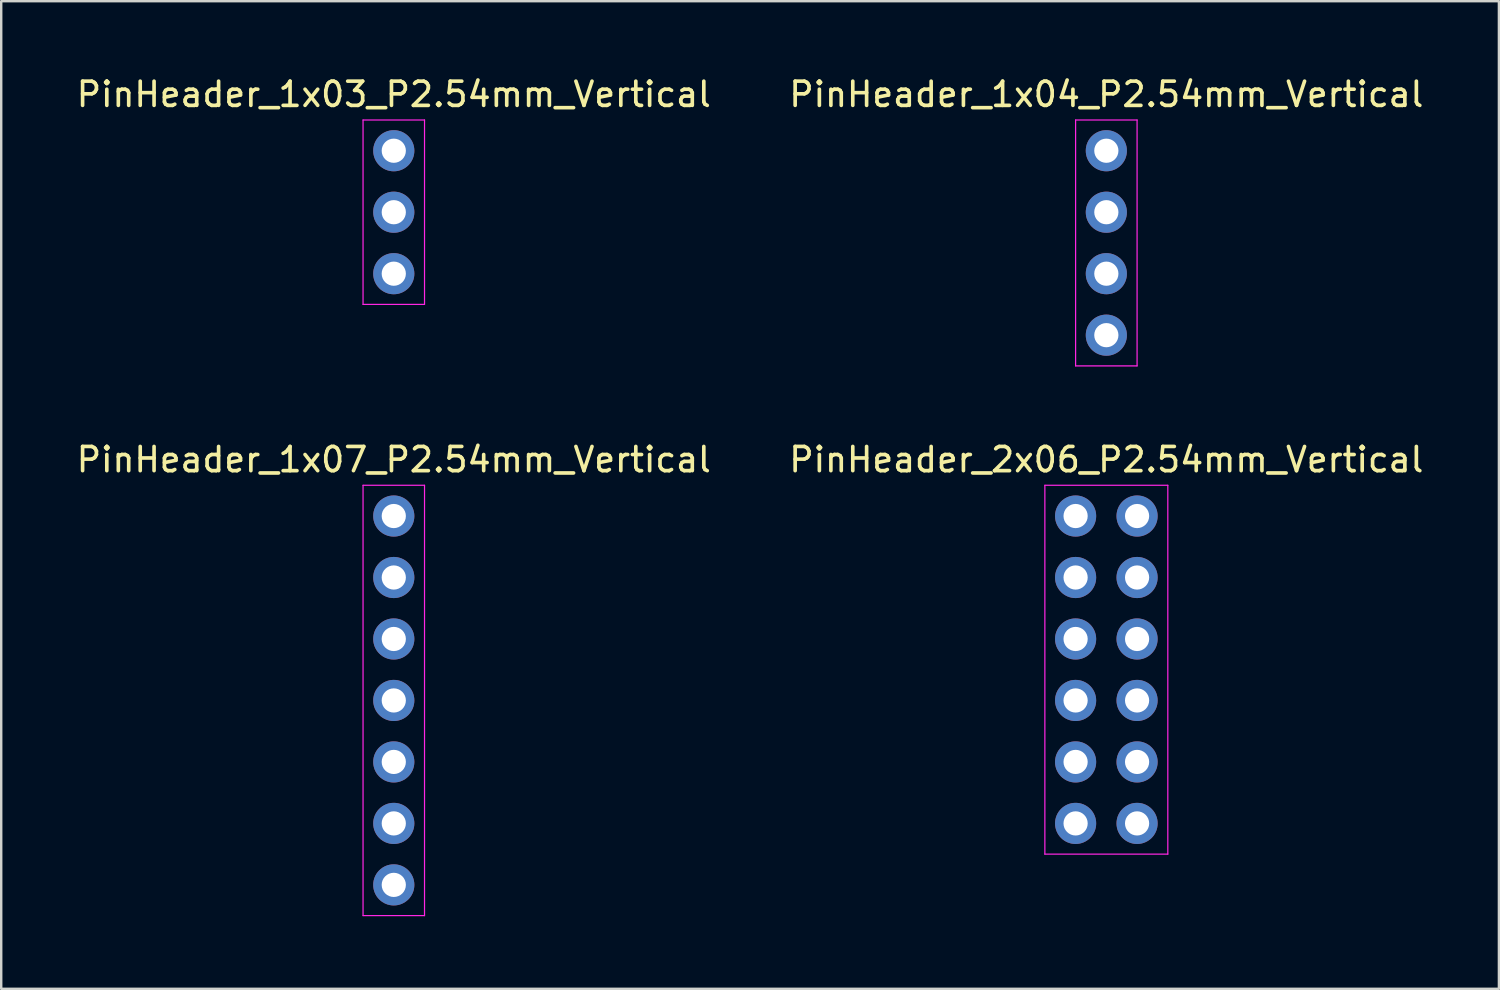
<source format=kicad_pcb>
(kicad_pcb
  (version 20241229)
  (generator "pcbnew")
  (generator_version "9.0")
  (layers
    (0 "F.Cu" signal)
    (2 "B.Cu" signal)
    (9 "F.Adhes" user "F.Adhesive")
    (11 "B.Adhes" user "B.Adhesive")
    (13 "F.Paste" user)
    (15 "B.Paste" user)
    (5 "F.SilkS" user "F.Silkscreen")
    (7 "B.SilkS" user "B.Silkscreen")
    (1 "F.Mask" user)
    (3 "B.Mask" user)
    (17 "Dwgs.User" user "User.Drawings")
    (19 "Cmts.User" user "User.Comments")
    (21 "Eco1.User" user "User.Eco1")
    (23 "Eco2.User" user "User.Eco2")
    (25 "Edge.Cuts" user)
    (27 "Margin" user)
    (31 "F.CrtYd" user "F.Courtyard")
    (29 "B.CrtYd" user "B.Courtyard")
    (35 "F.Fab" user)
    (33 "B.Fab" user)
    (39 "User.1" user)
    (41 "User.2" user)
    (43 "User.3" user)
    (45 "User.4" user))
  (footprint "PinHeader_2x06_P2.54mm_Vertical"
    (layer "F.Cu")
    (at 41.391 18.271)
    (property "Reference" "PinHeader_2x06_P2.54mm_Vertical" (at 1.27 -2.33 0) (layer "F.SilkS") (effects (font (size 1 1) (thickness 0.15))))
    (attr through_hole)
    (fp_line (start -1.27 -1.27) (end -1.27 13.97) (stroke (width 0.05) (type solid)) (layer "F.CrtYd"))
    (fp_line (start -1.27 13.97) (end 3.81 13.97) (stroke (width 0.05) (type solid)) (layer "F.CrtYd"))
    (fp_line (start 3.81 -1.27) (end -1.27 -1.27) (stroke (width 0.05) (type solid)) (layer "F.CrtYd"))
    (fp_line (start 3.81 13.97) (end 3.81 -1.27) (stroke (width 0.05) (type solid)) (layer "F.CrtYd"))
    (pad "1" thru_hole circle (at 0 0) (size 1.7 1.7) (drill 1) (layers "*.Cu" "*.Mask"))
    (pad "2" thru_hole oval (at 2.54 0) (size 1.7 1.7) (drill 1) (layers "*.Cu" "*.Mask"))
    (pad "3" thru_hole oval (at 0 2.54) (size 1.7 1.7) (drill 1) (layers "*.Cu" "*.Mask"))
    (pad "4" thru_hole oval (at 2.54 2.54) (size 1.7 1.7) (drill 1) (layers "*.Cu" "*.Mask"))
    (pad "5" thru_hole oval (at 0 5.08) (size 1.7 1.7) (drill 1) (layers "*.Cu" "*.Mask"))
    (pad "6" thru_hole oval (at 2.54 5.08) (size 1.7 1.7) (drill 1) (layers "*.Cu" "*.Mask"))
    (pad "7" thru_hole oval (at 0 7.62) (size 1.7 1.7) (drill 1) (layers "*.Cu" "*.Mask"))
    (pad "8" thru_hole oval (at 2.54 7.62) (size 1.7 1.7) (drill 1) (layers "*.Cu" "*.Mask"))
    (pad "9" thru_hole oval (at 0 10.16) (size 1.7 1.7) (drill 1) (layers "*.Cu" "*.Mask"))
    (pad "10" thru_hole oval (at 2.54 10.16) (size 1.7 1.7) (drill 1) (layers "*.Cu" "*.Mask"))
    (pad "11" thru_hole oval (at 0 12.7) (size 1.7 1.7) (drill 1) (layers "*.Cu" "*.Mask"))
    (pad "12" thru_hole oval (at 2.54 12.7) (size 1.7 1.7) (drill 1) (layers "*.Cu" "*.Mask")))
  (footprint "PinHeader_1x03_P2.54mm_Vertical"
    (layer "F.Cu")
    (at 13.22 3.178)
    (property "Reference" "PinHeader_1x03_P2.54mm_Vertical" (at 0 -2.33 0) (layer "F.SilkS") (effects (font (size 1 1) (thickness 0.15))))
    (attr through_hole)
    (fp_line (start -1.27 -1.27) (end -1.27 6.35) (stroke (width 0.05) (type solid)) (layer "F.CrtYd"))
    (fp_line (start -1.27 6.35) (end 1.27 6.35) (stroke (width 0.05) (type solid)) (layer "F.CrtYd"))
    (fp_line (start 1.27 -1.27) (end -1.27 -1.27) (stroke (width 0.05) (type solid)) (layer "F.CrtYd"))
    (fp_line (start 1.27 6.35) (end 1.27 -1.27) (stroke (width 0.05) (type solid)) (layer "F.CrtYd"))
    (pad "1" thru_hole circle (at 0 0) (size 1.7 1.7) (drill 1) (layers "*.Cu" "*.Mask"))
    (pad "2" thru_hole oval (at 0 2.54) (size 1.7 1.7) (drill 1) (layers "*.Cu" "*.Mask"))
    (pad "3" thru_hole oval (at 0 5.08) (size 1.7 1.7) (drill 1) (layers "*.Cu" "*.Mask")))
  (footprint "PinHeader_1x04_P2.54mm_Vertical"
    (layer "F.Cu")
    (at 42.661 3.178)
    (property "Reference" "PinHeader_1x04_P2.54mm_Vertical" (at 0 -2.33 0) (layer "F.SilkS") (effects (font (size 1 1) (thickness 0.15))))
    (attr through_hole)
    (fp_line (start -1.27 -1.27) (end -1.27 8.89) (stroke (width 0.05) (type solid)) (layer "F.CrtYd"))
    (fp_line (start -1.27 8.89) (end 1.27 8.89) (stroke (width 0.05) (type solid)) (layer "F.CrtYd"))
    (fp_line (start 1.27 -1.27) (end -1.27 -1.27) (stroke (width 0.05) (type solid)) (layer "F.CrtYd"))
    (fp_line (start 1.27 8.89) (end 1.27 -1.27) (stroke (width 0.05) (type solid)) (layer "F.CrtYd"))
    (pad "1" thru_hole circle (at 0 0) (size 1.7 1.7) (drill 1) (layers "*.Cu" "*.Mask"))
    (pad "2" thru_hole oval (at 0 2.54) (size 1.7 1.7) (drill 1) (layers "*.Cu" "*.Mask"))
    (pad "3" thru_hole oval (at 0 5.08) (size 1.7 1.7) (drill 1) (layers "*.Cu" "*.Mask"))
    (pad "4" thru_hole oval (at 0 7.62) (size 1.7 1.7) (drill 1) (layers "*.Cu" "*.Mask")))
  (footprint "PinHeader_1x07_P2.54mm_Vertical"
    (layer "F.Cu")
    (at 13.22 18.271)
    (property "Reference" "PinHeader_1x07_P2.54mm_Vertical" (at 0 -2.33 0) (layer "F.SilkS") (effects (font (size 1 1) (thickness 0.15))))
    (attr through_hole)
    (fp_line (start -1.27 -1.27) (end -1.27 16.51) (stroke (width 0.05) (type solid)) (layer "F.CrtYd"))
    (fp_line (start -1.27 16.51) (end 1.27 16.51) (stroke (width 0.05) (type solid)) (layer "F.CrtYd"))
    (fp_line (start 1.27 -1.27) (end -1.27 -1.27) (stroke (width 0.05) (type solid)) (layer "F.CrtYd"))
    (fp_line (start 1.27 16.51) (end 1.27 -1.27) (stroke (width 0.05) (type solid)) (layer "F.CrtYd"))
    (pad "1" thru_hole circle (at 0 0) (size 1.7 1.7) (drill 1) (layers "*.Cu" "*.Mask"))
    (pad "2" thru_hole oval (at 0 2.54) (size 1.7 1.7) (drill 1) (layers "*.Cu" "*.Mask"))
    (pad "3" thru_hole oval (at 0 5.08) (size 1.7 1.7) (drill 1) (layers "*.Cu" "*.Mask"))
    (pad "4" thru_hole oval (at 0 7.62) (size 1.7 1.7) (drill 1) (layers "*.Cu" "*.Mask"))
    (pad "5" thru_hole oval (at 0 10.16) (size 1.7 1.7) (drill 1) (layers "*.Cu" "*.Mask"))
    (pad "6" thru_hole oval (at 0 12.7) (size 1.7 1.7) (drill 1) (layers "*.Cu" "*.Mask"))
    (pad "7" thru_hole oval (at 0 15.24) (size 1.7 1.7) (drill 1) (layers "*.Cu" "*.Mask")))
  (gr_rect
    (start -3 -3)
    (end 58.881 37.806)
    (stroke (width 0.1) (type default))
    (fill no)
    (layer "Edge.Cuts")))
</source>
